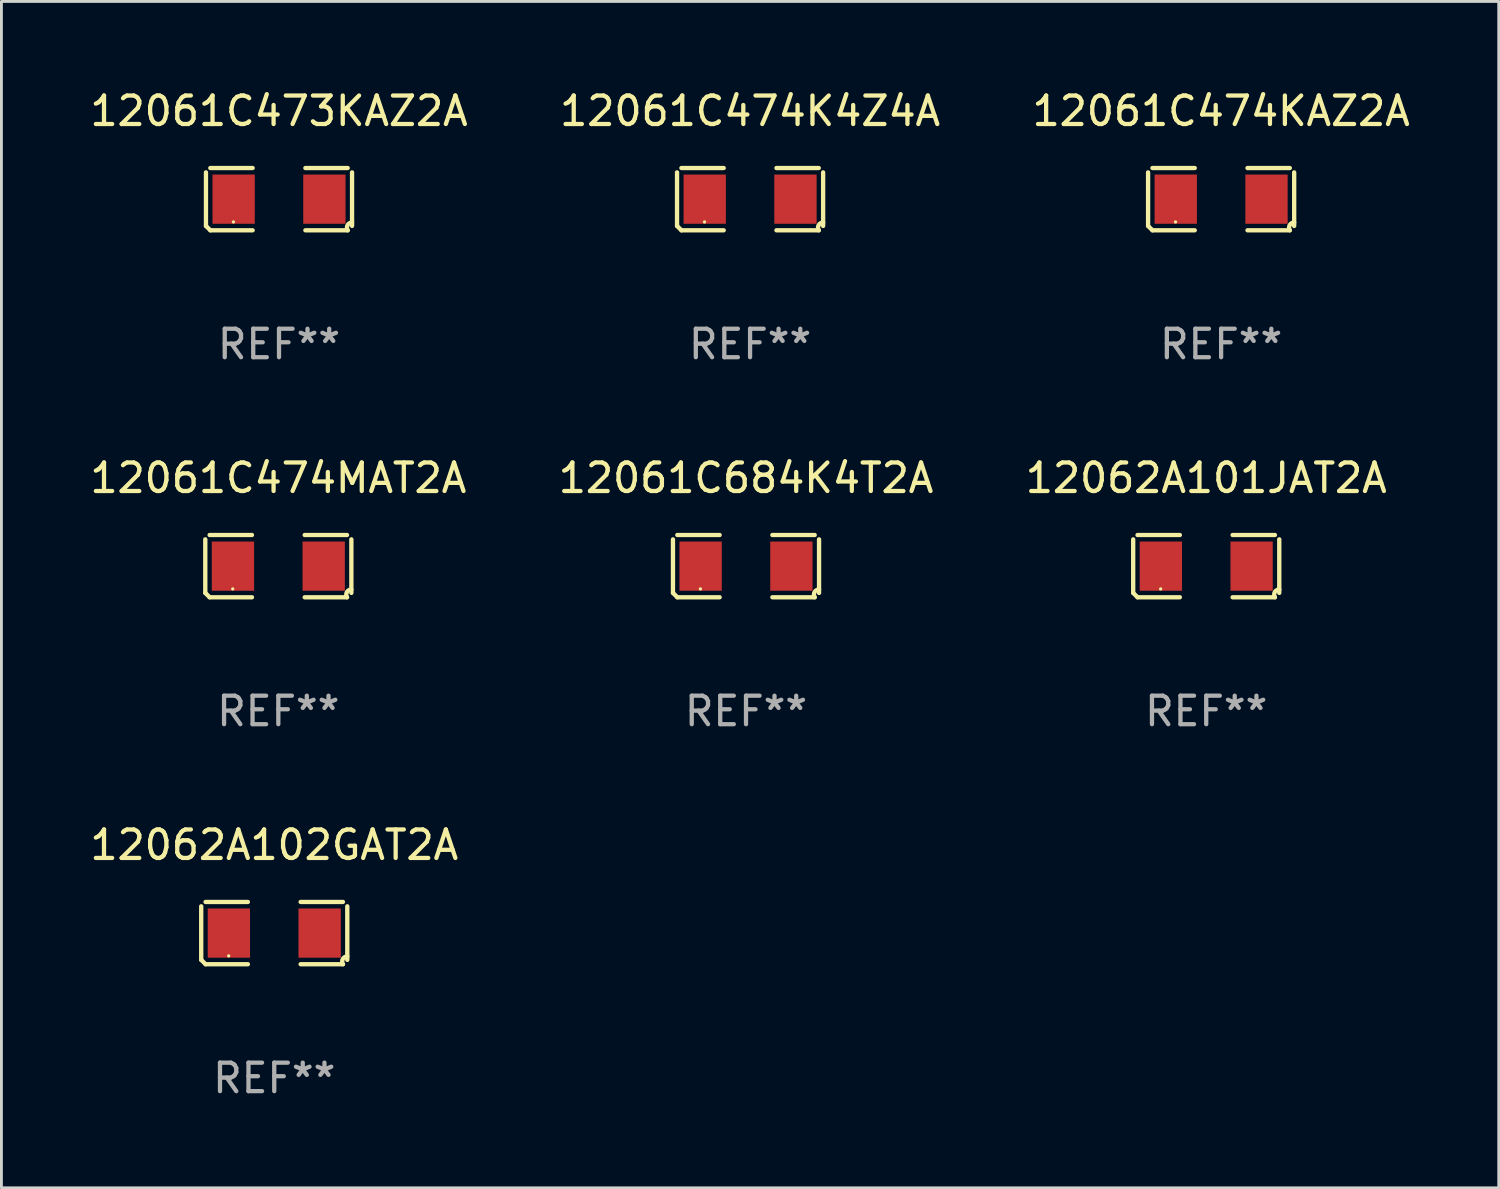
<source format=kicad_pcb>
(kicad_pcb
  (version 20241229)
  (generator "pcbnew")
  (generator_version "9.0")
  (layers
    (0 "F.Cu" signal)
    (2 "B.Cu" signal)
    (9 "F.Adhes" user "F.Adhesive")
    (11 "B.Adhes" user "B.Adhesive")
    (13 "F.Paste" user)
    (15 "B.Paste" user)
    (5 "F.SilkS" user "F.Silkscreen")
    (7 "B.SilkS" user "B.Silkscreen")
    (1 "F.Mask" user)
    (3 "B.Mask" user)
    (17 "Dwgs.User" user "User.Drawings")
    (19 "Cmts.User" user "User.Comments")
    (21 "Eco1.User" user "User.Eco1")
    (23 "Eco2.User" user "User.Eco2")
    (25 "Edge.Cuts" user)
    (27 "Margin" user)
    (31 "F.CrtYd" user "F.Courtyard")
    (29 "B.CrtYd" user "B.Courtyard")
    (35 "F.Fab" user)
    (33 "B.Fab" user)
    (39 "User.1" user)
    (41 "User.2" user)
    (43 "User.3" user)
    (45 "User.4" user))
  (footprint "12062A101JAT2A"
    (layer "F.Cu")
    (at 39.292 16.823)
    (property "Reference" "12062A101JAT2A" (at 0 -3.093 0) (layer "F.SilkS") (effects (font (size 1 1) (thickness 0.15))))
    (attr through_hole)
    (fp_line (start -2.564 0.94) (end -2.564 -0.94) (stroke (width 0.152) (type solid)) (layer "F.SilkS"))
    (fp_line (start -2.411 -1.093) (end -0.926 -1.093) (stroke (width 0.152) (type solid)) (layer "F.SilkS"))
    (fp_line (start -0.926 1.093) (end -2.411 1.093) (stroke (width 0.152) (type solid)) (layer "F.SilkS"))
    (fp_line (start 0.926 1.093) (end 2.411 1.093) (stroke (width 0.152) (type solid)) (layer "F.SilkS"))
    (fp_line (start 2.411 -1.093) (end 0.926 -1.093) (stroke (width 0.152) (type solid)) (layer "F.SilkS"))
    (fp_line (start 2.564 0.94) (end 2.564 -0.94) (stroke (width 0.152) (type solid)) (layer "F.SilkS"))
    (fp_arc (start -2.411201 1.092609) (mid -2.487413 1.01642) (end -2.563602 0.940208) (stroke (width 0.1524) (type solid)) (layer "F.SilkS"))
    (fp_arc (start 2.411201 1.092609) (mid 2.407159 0.911226) (end 2.563602 0.819347) (stroke (width 0.1524) (type solid)) (layer "F.SilkS"))
    (fp_circle (center -1.6 0.8) (end -1.57 0.8) (stroke (width 0.06) (type solid)) (fill no) (layer "F.SilkS"))
    (fp_text user "REF**" (at 0 5.093 0) (layer "F.Fab") (effects (font (size 1 1) (thickness 0.15))))
    (pad "1" smd rect (at -1.593 0) (size 1.485 1.728) (layers "F.Cu" "F.Mask" "F.Paste"))
    (pad "2" smd rect (at 1.593 0) (size 1.485 1.728) (layers "F.Cu" "F.Mask" "F.Paste")))
  (footprint "12061C684K4T2A"
    (layer "F.Cu")
    (at 23.137 16.823)
    (property "Reference" "12061C684K4T2A" (at 0 -3.093 0) (layer "F.SilkS") (effects (font (size 1 1) (thickness 0.15))))
    (attr through_hole)
    (fp_line (start -2.564 0.94) (end -2.564 -0.94) (stroke (width 0.152) (type solid)) (layer "F.SilkS"))
    (fp_line (start -2.411 -1.093) (end -0.926 -1.093) (stroke (width 0.152) (type solid)) (layer "F.SilkS"))
    (fp_line (start -0.926 1.093) (end -2.411 1.093) (stroke (width 0.152) (type solid)) (layer "F.SilkS"))
    (fp_line (start 0.926 1.093) (end 2.411 1.093) (stroke (width 0.152) (type solid)) (layer "F.SilkS"))
    (fp_line (start 2.411 -1.093) (end 0.926 -1.093) (stroke (width 0.152) (type solid)) (layer "F.SilkS"))
    (fp_line (start 2.564 0.94) (end 2.564 -0.94) (stroke (width 0.152) (type solid)) (layer "F.SilkS"))
    (fp_arc (start -2.411201 1.092609) (mid -2.487413 1.01642) (end -2.563602 0.940208) (stroke (width 0.1524) (type solid)) (layer "F.SilkS"))
    (fp_arc (start 2.411201 1.092609) (mid 2.407159 0.911226) (end 2.563602 0.819347) (stroke (width 0.1524) (type solid)) (layer "F.SilkS"))
    (fp_circle (center -1.6 0.8) (end -1.57 0.8) (stroke (width 0.06) (type solid)) (fill no) (layer "F.SilkS"))
    (fp_text user "REF**" (at 0 5.093 0) (layer "F.Fab") (effects (font (size 1 1) (thickness 0.15))))
    (pad "1" smd rect (at -1.593 0) (size 1.485 1.728) (layers "F.Cu" "F.Mask" "F.Paste"))
    (pad "2" smd rect (at 1.593 0) (size 1.485 1.728) (layers "F.Cu" "F.Mask" "F.Paste")))
  (footprint "12061C474KAZ2A"
    (layer "F.Cu")
    (at 39.815 3.941)
    (property "Reference" "12061C474KAZ2A" (at 0 -3.093 0) (layer "F.SilkS") (effects (font (size 1 1) (thickness 0.15))))
    (attr through_hole)
    (fp_line (start -2.564 0.94) (end -2.564 -0.94) (stroke (width 0.152) (type solid)) (layer "F.SilkS"))
    (fp_line (start -2.411 -1.093) (end -0.926 -1.093) (stroke (width 0.152) (type solid)) (layer "F.SilkS"))
    (fp_line (start -0.926 1.093) (end -2.411 1.093) (stroke (width 0.152) (type solid)) (layer "F.SilkS"))
    (fp_line (start 0.926 1.093) (end 2.411 1.093) (stroke (width 0.152) (type solid)) (layer "F.SilkS"))
    (fp_line (start 2.411 -1.093) (end 0.926 -1.093) (stroke (width 0.152) (type solid)) (layer "F.SilkS"))
    (fp_line (start 2.564 0.94) (end 2.564 -0.94) (stroke (width 0.152) (type solid)) (layer "F.SilkS"))
    (fp_arc (start -2.411201 1.092609) (mid -2.487413 1.01642) (end -2.563602 0.940208) (stroke (width 0.1524) (type solid)) (layer "F.SilkS"))
    (fp_arc (start 2.411201 1.092609) (mid 2.407159 0.911226) (end 2.563602 0.819347) (stroke (width 0.1524) (type solid)) (layer "F.SilkS"))
    (fp_circle (center -1.6 0.8) (end -1.57 0.8) (stroke (width 0.06) (type solid)) (fill no) (layer "F.SilkS"))
    (fp_text user "REF**" (at 0 5.093 0) (layer "F.Fab") (effects (font (size 1 1) (thickness 0.15))))
    (pad "1" smd rect (at -1.593 0) (size 1.485 1.728) (layers "F.Cu" "F.Mask" "F.Paste"))
    (pad "2" smd rect (at 1.593 0) (size 1.485 1.728) (layers "F.Cu" "F.Mask" "F.Paste")))
  (footprint "12062A102GAT2A"
    (layer "F.Cu")
    (at 6.577 29.704)
    (property "Reference" "12062A102GAT2A" (at 0 -3.093 0) (layer "F.SilkS") (effects (font (size 1 1) (thickness 0.15))))
    (attr through_hole)
    (fp_line (start -2.564 0.94) (end -2.564 -0.94) (stroke (width 0.152) (type solid)) (layer "F.SilkS"))
    (fp_line (start -2.411 -1.093) (end -0.926 -1.093) (stroke (width 0.152) (type solid)) (layer "F.SilkS"))
    (fp_line (start -0.926 1.093) (end -2.411 1.093) (stroke (width 0.152) (type solid)) (layer "F.SilkS"))
    (fp_line (start 0.926 1.093) (end 2.411 1.093) (stroke (width 0.152) (type solid)) (layer "F.SilkS"))
    (fp_line (start 2.411 -1.093) (end 0.926 -1.093) (stroke (width 0.152) (type solid)) (layer "F.SilkS"))
    (fp_line (start 2.564 0.94) (end 2.564 -0.94) (stroke (width 0.152) (type solid)) (layer "F.SilkS"))
    (fp_arc (start -2.411201 1.092609) (mid -2.487413 1.01642) (end -2.563602 0.940208) (stroke (width 0.1524) (type solid)) (layer "F.SilkS"))
    (fp_arc (start 2.411201 1.092609) (mid 2.407159 0.911226) (end 2.563602 0.819347) (stroke (width 0.1524) (type solid)) (layer "F.SilkS"))
    (fp_circle (center -1.6 0.8) (end -1.57 0.8) (stroke (width 0.06) (type solid)) (fill no) (layer "F.SilkS"))
    (fp_text user "REF**" (at 0 5.093 0) (layer "F.Fab") (effects (font (size 1 1) (thickness 0.15))))
    (pad "1" smd rect (at -1.593 0) (size 1.485 1.728) (layers "F.Cu" "F.Mask" "F.Paste"))
    (pad "2" smd rect (at 1.593 0) (size 1.485 1.728) (layers "F.Cu" "F.Mask" "F.Paste")))
  (footprint "12061C474K4Z4A"
    (layer "F.Cu")
    (at 23.28 3.941)
    (property "Reference" "12061C474K4Z4A" (at 0 -3.093 0) (layer "F.SilkS") (effects (font (size 1 1) (thickness 0.15))))
    (attr through_hole)
    (fp_line (start -2.564 0.94) (end -2.564 -0.94) (stroke (width 0.152) (type solid)) (layer "F.SilkS"))
    (fp_line (start -2.411 -1.093) (end -0.926 -1.093) (stroke (width 0.152) (type solid)) (layer "F.SilkS"))
    (fp_line (start -0.926 1.093) (end -2.411 1.093) (stroke (width 0.152) (type solid)) (layer "F.SilkS"))
    (fp_line (start 0.926 1.093) (end 2.411 1.093) (stroke (width 0.152) (type solid)) (layer "F.SilkS"))
    (fp_line (start 2.411 -1.093) (end 0.926 -1.093) (stroke (width 0.152) (type solid)) (layer "F.SilkS"))
    (fp_line (start 2.564 0.94) (end 2.564 -0.94) (stroke (width 0.152) (type solid)) (layer "F.SilkS"))
    (fp_arc (start -2.411201 1.092609) (mid -2.487413 1.01642) (end -2.563602 0.940208) (stroke (width 0.1524) (type solid)) (layer "F.SilkS"))
    (fp_arc (start 2.411201 1.092609) (mid 2.407159 0.911226) (end 2.563602 0.819347) (stroke (width 0.1524) (type solid)) (layer "F.SilkS"))
    (fp_circle (center -1.6 0.8) (end -1.57 0.8) (stroke (width 0.06) (type solid)) (fill no) (layer "F.SilkS"))
    (fp_text user "REF**" (at 0 5.093 0) (layer "F.Fab") (effects (font (size 1 1) (thickness 0.15))))
    (pad "1" smd rect (at -1.593 0) (size 1.485 1.728) (layers "F.Cu" "F.Mask" "F.Paste"))
    (pad "2" smd rect (at 1.593 0) (size 1.485 1.728) (layers "F.Cu" "F.Mask" "F.Paste")))
  (footprint "12061C473KAZ2A"
    (layer "F.Cu")
    (at 6.744 3.941)
    (property "Reference" "12061C473KAZ2A" (at 0 -3.093 0) (layer "F.SilkS") (effects (font (size 1 1) (thickness 0.15))))
    (attr through_hole)
    (fp_line (start -2.564 0.94) (end -2.564 -0.94) (stroke (width 0.152) (type solid)) (layer "F.SilkS"))
    (fp_line (start -2.411 -1.093) (end -0.926 -1.093) (stroke (width 0.152) (type solid)) (layer "F.SilkS"))
    (fp_line (start -0.926 1.093) (end -2.411 1.093) (stroke (width 0.152) (type solid)) (layer "F.SilkS"))
    (fp_line (start 0.926 1.093) (end 2.411 1.093) (stroke (width 0.152) (type solid)) (layer "F.SilkS"))
    (fp_line (start 2.411 -1.093) (end 0.926 -1.093) (stroke (width 0.152) (type solid)) (layer "F.SilkS"))
    (fp_line (start 2.564 0.94) (end 2.564 -0.94) (stroke (width 0.152) (type solid)) (layer "F.SilkS"))
    (fp_arc (start -2.411201 1.092609) (mid -2.487413 1.01642) (end -2.563602 0.940208) (stroke (width 0.1524) (type solid)) (layer "F.SilkS"))
    (fp_arc (start 2.411201 1.092609) (mid 2.407159 0.911226) (end 2.563602 0.819347) (stroke (width 0.1524) (type solid)) (layer "F.SilkS"))
    (fp_circle (center -1.6 0.8) (end -1.57 0.8) (stroke (width 0.06) (type solid)) (fill no) (layer "F.SilkS"))
    (fp_text user "REF**" (at 0 5.093 0) (layer "F.Fab") (effects (font (size 1 1) (thickness 0.15))))
    (pad "1" smd rect (at -1.593 0) (size 1.485 1.728) (layers "F.Cu" "F.Mask" "F.Paste"))
    (pad "2" smd rect (at 1.593 0) (size 1.485 1.728) (layers "F.Cu" "F.Mask" "F.Paste")))
  (footprint "12061C474MAT2A"
    (layer "F.Cu")
    (at 6.72 16.823)
    (property "Reference" "12061C474MAT2A" (at 0 -3.093 0) (layer "F.SilkS") (effects (font (size 1 1) (thickness 0.15))))
    (attr through_hole)
    (fp_line (start -2.564 0.94) (end -2.564 -0.94) (stroke (width 0.152) (type solid)) (layer "F.SilkS"))
    (fp_line (start -2.411 -1.093) (end -0.926 -1.093) (stroke (width 0.152) (type solid)) (layer "F.SilkS"))
    (fp_line (start -0.926 1.093) (end -2.411 1.093) (stroke (width 0.152) (type solid)) (layer "F.SilkS"))
    (fp_line (start 0.926 1.093) (end 2.411 1.093) (stroke (width 0.152) (type solid)) (layer "F.SilkS"))
    (fp_line (start 2.411 -1.093) (end 0.926 -1.093) (stroke (width 0.152) (type solid)) (layer "F.SilkS"))
    (fp_line (start 2.564 0.94) (end 2.564 -0.94) (stroke (width 0.152) (type solid)) (layer "F.SilkS"))
    (fp_arc (start -2.411201 1.092609) (mid -2.487413 1.01642) (end -2.563602 0.940208) (stroke (width 0.1524) (type solid)) (layer "F.SilkS"))
    (fp_arc (start 2.411201 1.092609) (mid 2.407159 0.911226) (end 2.563602 0.819347) (stroke (width 0.1524) (type solid)) (layer "F.SilkS"))
    (fp_circle (center -1.6 0.8) (end -1.57 0.8) (stroke (width 0.06) (type solid)) (fill no) (layer "F.SilkS"))
    (fp_text user "REF**" (at 0 5.093 0) (layer "F.Fab") (effects (font (size 1 1) (thickness 0.15))))
    (pad "1" smd rect (at -1.593 0) (size 1.485 1.728) (layers "F.Cu" "F.Mask" "F.Paste"))
    (pad "2" smd rect (at 1.593 0) (size 1.485 1.728) (layers "F.Cu" "F.Mask" "F.Paste")))
  (gr_rect
    (start -3 -3)
    (end 49.56 38.645)
    (stroke (width 0.1) (type default))
    (fill no)
    (layer "Edge.Cuts")))
</source>
